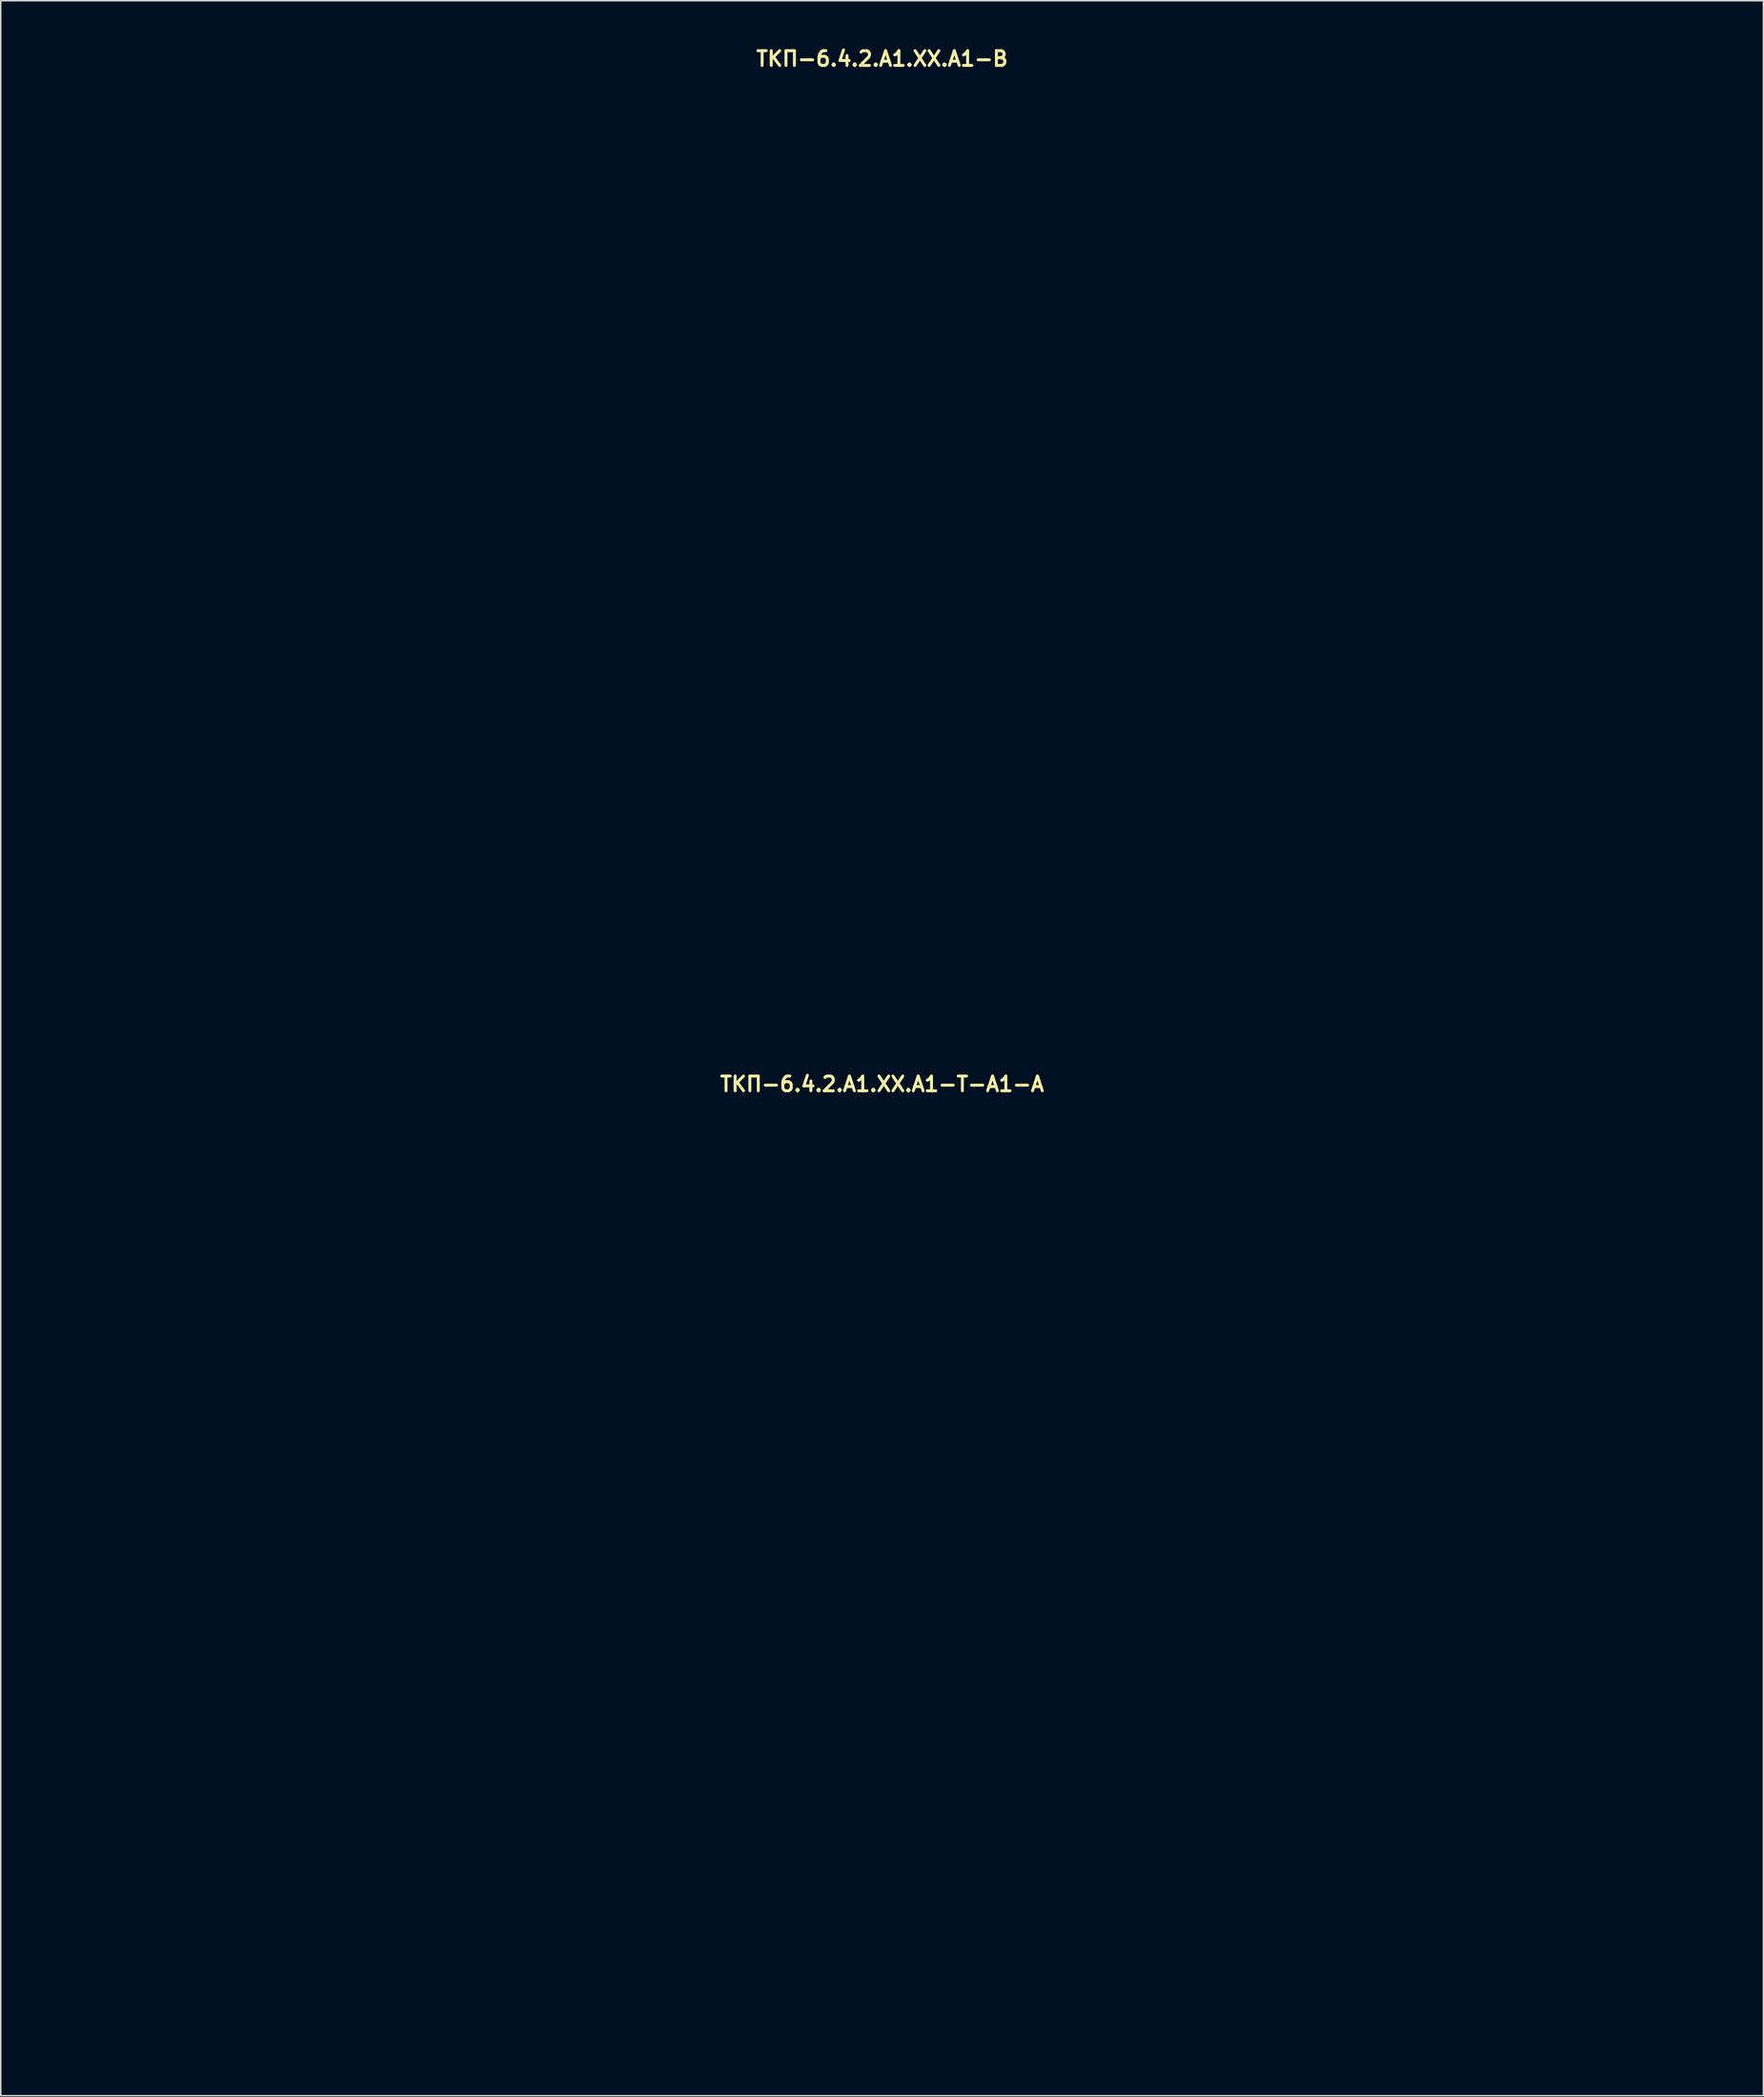
<source format=kicad_pcb>
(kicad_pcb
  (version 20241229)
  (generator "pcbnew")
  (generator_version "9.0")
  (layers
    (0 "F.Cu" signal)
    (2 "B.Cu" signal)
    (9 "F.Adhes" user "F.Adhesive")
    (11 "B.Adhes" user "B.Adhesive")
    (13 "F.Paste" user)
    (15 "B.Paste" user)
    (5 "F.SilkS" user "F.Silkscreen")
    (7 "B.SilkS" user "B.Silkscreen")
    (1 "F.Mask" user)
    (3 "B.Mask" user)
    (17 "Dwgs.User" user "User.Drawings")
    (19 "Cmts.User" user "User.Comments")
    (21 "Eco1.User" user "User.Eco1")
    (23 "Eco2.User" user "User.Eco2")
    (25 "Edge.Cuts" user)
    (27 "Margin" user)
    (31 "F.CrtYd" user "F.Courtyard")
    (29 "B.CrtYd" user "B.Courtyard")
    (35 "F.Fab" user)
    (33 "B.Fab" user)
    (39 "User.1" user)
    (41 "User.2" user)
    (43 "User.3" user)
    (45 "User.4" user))
  (footprint "ТКП-6.4.2.A1.XX.A1-B"
    (layer "F.Cu")
    (at 56.835 34.083)
    (property "Reference" "ТКП-6.4.2.A1.XX.A1-B" (at 0 -33.147 0) (layer "F.SilkS") (effects (font (size 1 1) (thickness 0.2))))
    (attr through_hole)
    (fp_line (start -56.635 -32.3) (end -56.635 32.3) (stroke (width 0.4) (type solid)) (layer "Eco1.User"))
    (fp_line (start -56.635 -32.3) (end 56.635 -32.3) (stroke (width 0.4) (type solid)) (layer "Eco1.User"))
    (fp_line (start -56.635 -31.3) (end 56.635 -31.3) (stroke (width 0.4) (type solid)) (layer "Eco1.User"))
    (fp_line (start -56.635 31.3) (end 56.635 31.3) (stroke (width 0.4) (type solid)) (layer "Eco1.User"))
    (fp_line (start -56.635 32.3) (end 56.635 32.3) (stroke (width 0.4) (type solid)) (layer "Eco1.User"))
    (fp_line (start -55.635 -31.3) (end -55.635 31.3) (stroke (width 0.4) (type solid)) (layer "Eco1.User"))
    (fp_line (start -54.635 -30.3) (end -54.635 30.3) (stroke (width 0.2) (type solid)) (layer "Eco1.User"))
    (fp_line (start -54.635 -30.3) (end 54.635 -30.3) (stroke (width 0.2) (type solid)) (layer "Eco1.User"))
    (fp_line (start -54.635 30.3) (end 54.635 30.3) (stroke (width 0.2) (type solid)) (layer "Eco1.User"))
    (fp_line (start 54.635 -30.3) (end 54.635 30.3) (stroke (width 0.2) (type solid)) (layer "Eco1.User"))
    (fp_line (start 55.635 -31.3) (end 55.635 31.3) (stroke (width 0.4) (type solid)) (layer "Eco1.User"))
    (fp_line (start 56.635 -32.3) (end 56.635 32.3) (stroke (width 0.4) (type solid)) (layer "Eco1.User"))
    (fp_circle (center -43.18 -18.89) (end -39.58 -18.89) (stroke (width 0.4) (type solid)) (fill no) (layer "Eco1.User"))
    (fp_circle (center -43.18 -11.39) (end -42.08 -11.39) (stroke (width 0.4) (type solid)) (fill no) (layer "Eco1.User"))
    (fp_circle (center -21.59 -18.89) (end -17.99 -18.89) (stroke (width 0.4) (type solid)) (fill no) (layer "Eco1.User"))
    (fp_circle (center -21.59 -11.39) (end -20.49 -11.39) (stroke (width 0.4) (type solid)) (fill no) (layer "Eco1.User"))
    (fp_circle (center 0 -18.89) (end 3.6 -18.89) (stroke (width 0.4) (type solid)) (fill no) (layer "Eco1.User"))
    (fp_circle (center 0 -11.39) (end 1.1 -11.39) (stroke (width 0.4) (type solid)) (fill no) (layer "Eco1.User"))
    (fp_circle (center 0 20.32) (end 6 20.32) (stroke (width 0.4) (type solid)) (fill no) (layer "Eco1.User"))
    (fp_circle (center 21.59 -18.89) (end 25.19 -18.89) (stroke (width 0.4) (type solid)) (fill no) (layer "Eco1.User"))
    (fp_circle (center 21.59 -11.39) (end 22.69 -11.39) (stroke (width 0.4) (type solid)) (fill no) (layer "Eco1.User"))
    (fp_circle (center 43.18 -18.89) (end 46.78 -18.89) (stroke (width 0.4) (type solid)) (fill no) (layer "Eco1.User"))
    (fp_circle (center 43.18 -11.39) (end 44.28 -11.39) (stroke (width 0.4) (type solid)) (fill no) (layer "Eco1.User"))
    (fp_circle (center 43.18 -1.27) (end 45.83 -1.27) (stroke (width 0.4) (type solid)) (fill no) (layer "Eco1.User")))
  (footprint "ТКП-6.4.2.A1.XX.A1-T-A1-A"
    (layer "F.Cu")
    (at 56.835 103.666)
    (property "Reference" "ТКП-6.4.2.A1.XX.A1-T-A1-A" (at 0 -33.147 0) (layer "F.SilkS") (effects (font (size 1 1) (thickness 0.2))))
    (attr through_hole)
    (fp_line (start -56.635 -32.3) (end -56.635 32.3) (stroke (width 0.4) (type solid)) (layer "Eco1.User"))
    (fp_line (start -56.635 -32.3) (end 56.635 -32.3) (stroke (width 0.4) (type solid)) (layer "Eco1.User"))
    (fp_line (start -56.635 32.3) (end 56.635 32.3) (stroke (width 0.4) (type solid)) (layer "Eco1.User"))
    (fp_line (start -54.635 -30.3) (end -54.635 30.3) (stroke (width 0.2) (type solid)) (layer "Eco1.User"))
    (fp_line (start -54.635 -30.3) (end 54.635 -30.3) (stroke (width 0.2) (type solid)) (layer "Eco1.User"))
    (fp_line (start -54.635 30.3) (end 54.635 30.3) (stroke (width 0.2) (type solid)) (layer "Eco1.User"))
    (fp_line (start 54.635 -30.3) (end 54.635 30.3) (stroke (width 0.2) (type solid)) (layer "Eco1.User"))
    (fp_line (start 56.635 -32.3) (end 56.635 32.3) (stroke (width 0.4) (type solid)) (layer "Eco1.User"))
    (fp_circle (center -43.18 -18.89) (end -39.58 -18.89) (stroke (width 0.4) (type solid)) (fill no) (layer "Eco1.User"))
    (fp_circle (center -43.18 -18.89) (end -33.08 -18.89) (stroke (width 0.4) (type solid)) (fill no) (layer "Eco1.User"))
    (fp_circle (center -43.18 -1.27) (end -40.53 -1.27) (stroke (width 0.4) (type solid)) (fill no) (layer "Eco1.User"))
    (fp_circle (center -21.59 -18.89) (end -17.99 -18.89) (stroke (width 0.4) (type solid)) (fill no) (layer "Eco1.User"))
    (fp_circle (center -21.59 -18.89) (end -11.49 -18.89) (stroke (width 0.4) (type solid)) (fill no) (layer "Eco1.User"))
    (fp_circle (center 0 -18.89) (end 3.6 -18.89) (stroke (width 0.4) (type solid)) (fill no) (layer "Eco1.User"))
    (fp_circle (center 0 -18.89) (end 10.1 -18.89) (stroke (width 0.4) (type solid)) (fill no) (layer "Eco1.User"))
    (fp_circle (center 0 20.32) (end 6 20.32) (stroke (width 0.4) (type solid)) (fill no) (layer "Eco1.User"))
    (fp_circle (center 0 20.32) (end 9.75 20.32) (stroke (width 0.4) (type solid)) (fill no) (layer "Eco1.User"))
    (fp_circle (center 21.59 -18.89) (end 25.19 -18.89) (stroke (width 0.4) (type solid)) (fill no) (layer "Eco1.User"))
    (fp_circle (center 21.59 -18.89) (end 31.69 -18.89) (stroke (width 0.4) (type solid)) (fill no) (layer "Eco1.User"))
    (fp_circle (center 43.18 -18.89) (end 46.78 -18.89) (stroke (width 0.4) (type solid)) (fill no) (layer "Eco1.User"))
    (fp_circle (center 43.18 -18.89) (end 53.28 -18.89) (stroke (width 0.4) (type solid)) (fill no) (layer "Eco1.User"))
    (fp_line (start -56.635 -32.3) (end -56.635 32.3) (stroke (width 0.4) (type solid)) (layer "Eco2.User"))
    (fp_line (start -56.635 -32.3) (end 56.635 -32.3) (stroke (width 0.4) (type solid)) (layer "Eco2.User"))
    (fp_line (start -56.635 32.3) (end 56.635 32.3) (stroke (width 0.4) (type solid)) (layer "Eco2.User"))
    (fp_line (start 56.635 -32.3) (end 56.635 32.3) (stroke (width 0.4) (type solid)) (layer "Eco2.User"))
    (fp_text user "DRIVE" (at 21.59 -6.985 0) (unlocked yes) (layer "Eco2.User") (effects (font (size 3 3) (thickness 0.5))))
    (fp_text user "←OUT" (at -53.975 13.335 0) (unlocked yes) (layer "Eco2.User") (effects (font (size 3 3) (thickness 0.5)) (justify left)))
    (fp_text user "9V→" (at 53.975 -1.27 0) (unlocked yes) (layer "Eco2.User") (effects (font (size 3 3) (thickness 0.5)) (justify right)))
    (fp_text user "GATE" (at -21.59 -6.985 0) (unlocked yes) (layer "Eco2.User") (effects (font (size 3 3) (thickness 0.5))))
    (fp_text user "-ТТКРЧПДЛ-\nFUZZ FACTORY\nREV. 1SM" (at 0 3.175 0) (unlocked yes) (layer "Eco2.User") (effects (font (size 3 3) (thickness 0.5))))
    (fp_text user "IN→" (at 53.975 13.335 0) (unlocked yes) (layer "Eco2.User") (effects (font (size 3 3) (thickness 0.5)) (justify right)))
    (fp_text user "COMP" (at 0 -6.985 0) (unlocked yes) (layer "Eco2.User") (effects (font (size 3 3) (thickness 0.5))))
    (fp_text user "STAB" (at 43.18 -6.985 0) (unlocked yes) (layer "Eco2.User") (effects (font (size 3 3) (thickness 0.5))))
    (fp_text user "VOL" (at -43.18 -6.985 0) (unlocked yes) (layer "Eco2.User") (effects (font (size 3 3) (thickness 0.5)))))
  (gr_rect
    (start -3 -3)
    (end 116.67 139.166)
    (stroke (width 0.1) (type default))
    (fill no)
    (layer "Edge.Cuts")))
</source>
